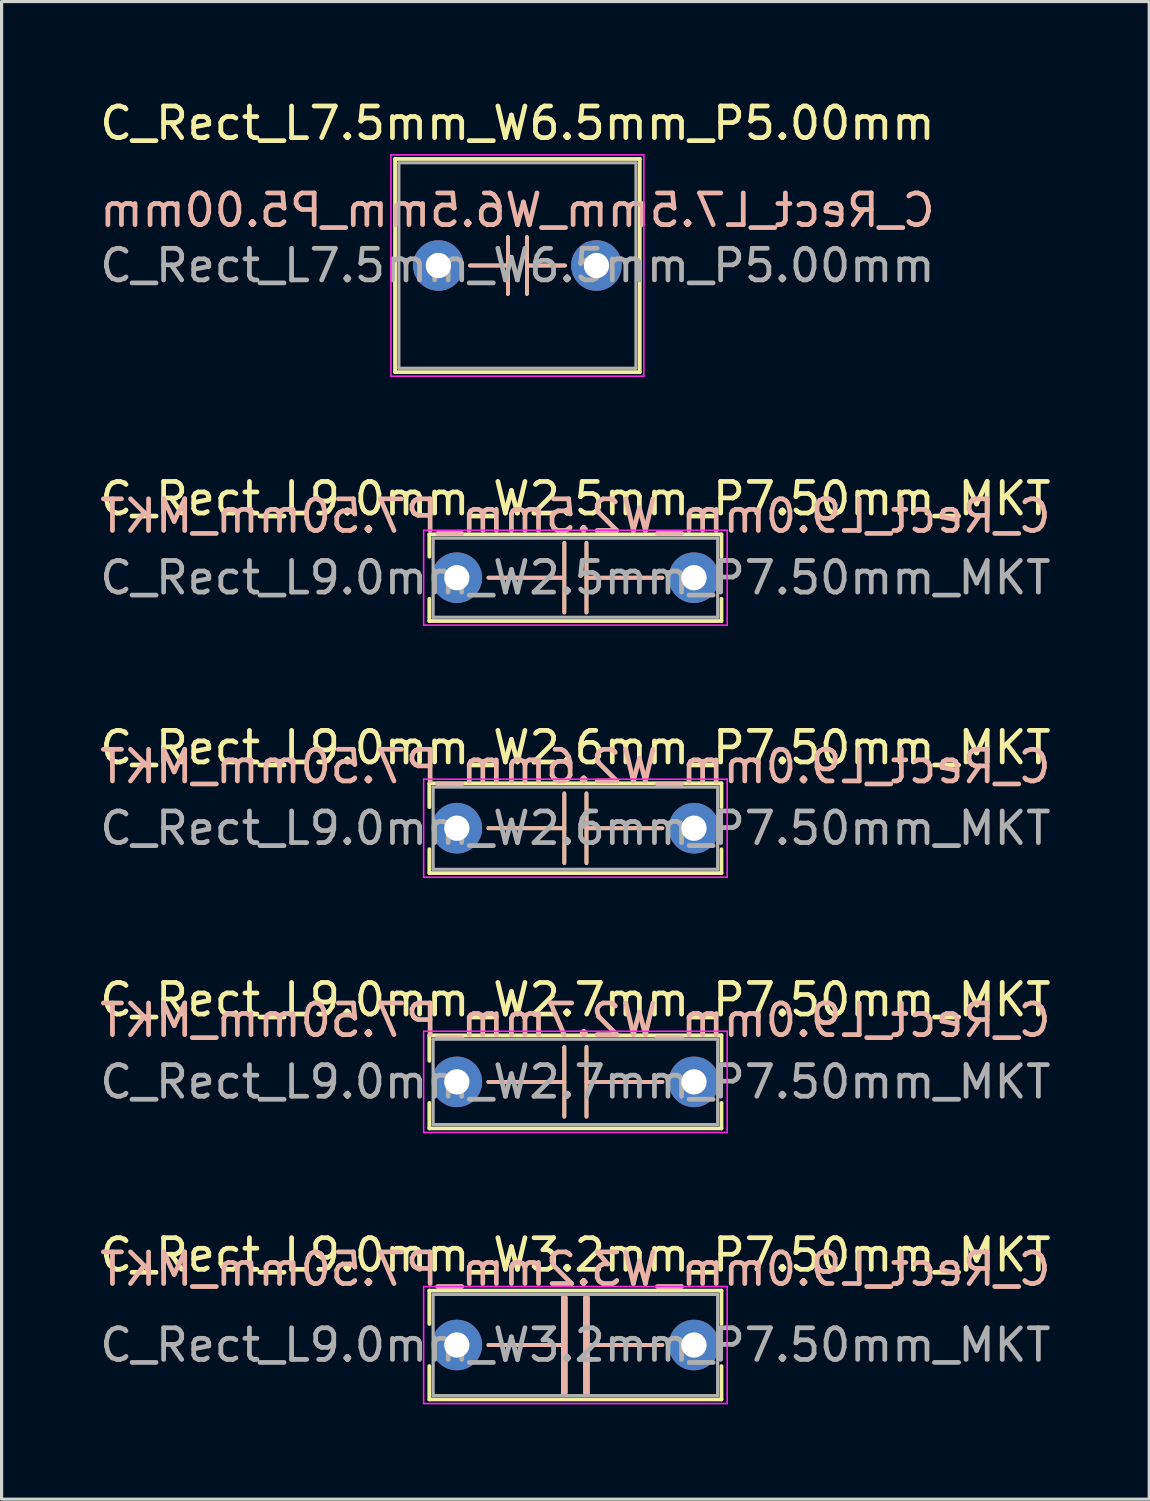
<source format=kicad_pcb>
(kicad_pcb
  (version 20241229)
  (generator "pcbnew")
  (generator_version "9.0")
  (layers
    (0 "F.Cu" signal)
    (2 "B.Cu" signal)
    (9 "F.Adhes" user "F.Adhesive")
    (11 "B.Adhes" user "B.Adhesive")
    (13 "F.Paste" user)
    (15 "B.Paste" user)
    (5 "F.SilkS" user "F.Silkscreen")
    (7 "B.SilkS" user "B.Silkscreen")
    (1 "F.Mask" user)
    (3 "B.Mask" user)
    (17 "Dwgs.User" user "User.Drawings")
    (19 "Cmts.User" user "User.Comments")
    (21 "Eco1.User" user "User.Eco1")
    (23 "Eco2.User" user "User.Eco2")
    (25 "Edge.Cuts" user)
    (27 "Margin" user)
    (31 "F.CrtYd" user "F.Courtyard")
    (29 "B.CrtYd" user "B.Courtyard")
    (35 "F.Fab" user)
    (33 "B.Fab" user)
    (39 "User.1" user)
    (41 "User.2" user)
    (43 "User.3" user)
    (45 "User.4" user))
  (footprint "C_Rect_L7.5mm_W6.5mm_P5.00mm"
    (layer "F.Cu")
    (at 10.815 5.348)
    (property "Reference" "C_Rect_L7.5mm_W6.5mm_P5.00mm" (at 2.5 -4.5 0) (layer "F.SilkS") (effects (font (size 1 1) (thickness 0.15))))
    (fp_line (start -1.37 -3.37) (end -1.37 3.37) (stroke (width 0.12) (type solid)) (layer "F.SilkS"))
    (fp_line (start -1.37 -3.37) (end 6.37 -3.37) (stroke (width 0.12) (type solid)) (layer "F.SilkS"))
    (fp_line (start -1.37 3.37) (end 6.37 3.37) (stroke (width 0.12) (type solid)) (layer "F.SilkS"))
    (fp_line (start 1 0) (end 2.2 0) (stroke (width 0.12) (type solid)) (layer "F.SilkS"))
    (fp_line (start 2.2 -0.9) (end 2.2 0.9) (stroke (width 0.12) (type solid)) (layer "F.SilkS"))
    (fp_line (start 2.8 -0.9) (end 2.8 0.9) (stroke (width 0.12) (type solid)) (layer "F.SilkS"))
    (fp_line (start 4 0) (end 2.8 0) (stroke (width 0.12) (type solid)) (layer "F.SilkS"))
    (fp_line (start 6.37 -3.37) (end 6.37 3.37) (stroke (width 0.12) (type solid)) (layer "F.SilkS"))
    (fp_line (start 1 0) (end 2.2 0) (stroke (width 0.12) (type solid)) (layer "B.SilkS"))
    (fp_line (start 2.2 0.9) (end 2.2 -0.9) (stroke (width 0.12) (type solid)) (layer "B.SilkS"))
    (fp_line (start 2.8 0.9) (end 2.8 -0.9) (stroke (width 0.12) (type solid)) (layer "B.SilkS"))
    (fp_line (start 4 0) (end 2.8 0) (stroke (width 0.12) (type solid)) (layer "B.SilkS"))
    (fp_line (start -1.5 -3.5) (end -1.5 3.5) (stroke (width 0.05) (type solid)) (layer "F.CrtYd"))
    (fp_line (start -1.5 3.5) (end 6.5 3.5) (stroke (width 0.05) (type solid)) (layer "F.CrtYd"))
    (fp_line (start 6.5 -3.5) (end -1.5 -3.5) (stroke (width 0.05) (type solid)) (layer "F.CrtYd"))
    (fp_line (start 6.5 3.5) (end 6.5 -3.5) (stroke (width 0.05) (type solid)) (layer "F.CrtYd"))
    (fp_line (start -1.25 -3.25) (end -1.25 3.25) (stroke (width 0.1) (type solid)) (layer "F.Fab"))
    (fp_line (start -1.25 3.25) (end 6.25 3.25) (stroke (width 0.1) (type solid)) (layer "F.Fab"))
    (fp_line (start 6.25 -3.25) (end -1.25 -3.25) (stroke (width 0.1) (type solid)) (layer "F.Fab"))
    (fp_line (start 6.25 3.25) (end 6.25 -3.25) (stroke (width 0.1) (type solid)) (layer "F.Fab"))
    (fp_text user "${REFERENCE}" (at 2.5 -1.75 0) (layer "B.SilkS") (effects (font (size 1 1) (thickness 0.15)) (justify mirror)))
    (fp_text user "${REFERENCE}" (at 2.5 0 0) (layer "F.Fab") (effects (font (size 1 1) (thickness 0.15))))
    (pad "1" thru_hole circle (at 0 0) (size 1.6 1.6) (drill 0.8) (layers "*.Cu" "*.Mask"))
    (pad "2" thru_hole circle (at 5 0) (size 1.6 1.6) (drill 0.8) (layers "*.Cu" "*.Mask")))
  (footprint "C_Rect_L9.0mm_W2.7mm_P7.50mm_MKT"
    (layer "F.Cu")
    (at 11.399 31.168)
    (property "Reference" "C_Rect_L9.0mm_W2.7mm_P7.50mm_MKT" (at 3.75 -2.6 0) (layer "F.SilkS") (effects (font (size 1 1) (thickness 0.15))))
    (fp_line (start -0.87 -1.471) (end -0.87 -0.665) (stroke (width 0.12) (type solid)) (layer "F.SilkS"))
    (fp_line (start -0.87 -1.471) (end 8.37 -1.471) (stroke (width 0.12) (type solid)) (layer "F.SilkS"))
    (fp_line (start -0.87 0.665) (end -0.87 1.471) (stroke (width 0.12) (type solid)) (layer "F.SilkS"))
    (fp_line (start -0.87 1.471) (end 8.37 1.471) (stroke (width 0.12) (type solid)) (layer "F.SilkS"))
    (fp_line (start 1 0) (end 3.4 0) (stroke (width 0.12) (type solid)) (layer "F.SilkS"))
    (fp_line (start 3.4 -1.1) (end 3.4 1.1) (stroke (width 0.12) (type solid)) (layer "F.SilkS"))
    (fp_line (start 4.1 -1.1) (end 4.1 1.1) (stroke (width 0.12) (type solid)) (layer "F.SilkS"))
    (fp_line (start 4.1 0) (end 6.5 0) (stroke (width 0.12) (type solid)) (layer "F.SilkS"))
    (fp_line (start 8.37 -1.471) (end 8.37 -0.665) (stroke (width 0.12) (type solid)) (layer "F.SilkS"))
    (fp_line (start 8.37 0.665) (end 8.37 1.471) (stroke (width 0.12) (type solid)) (layer "F.SilkS"))
    (fp_line (start 1 0) (end 3.4 0) (stroke (width 0.12) (type solid)) (layer "B.SilkS"))
    (fp_line (start 3.4 1.1) (end 3.4 -1.1) (stroke (width 0.12) (type solid)) (layer "B.SilkS"))
    (fp_line (start 4.1 0) (end 6.5 0) (stroke (width 0.12) (type solid)) (layer "B.SilkS"))
    (fp_line (start 4.1 1.1) (end 4.1 -1.1) (stroke (width 0.12) (type solid)) (layer "B.SilkS"))
    (fp_line (start -1.05 -1.6) (end -1.05 1.6) (stroke (width 0.05) (type solid)) (layer "F.CrtYd"))
    (fp_line (start -1.05 1.6) (end 8.55 1.6) (stroke (width 0.05) (type solid)) (layer "F.CrtYd"))
    (fp_line (start 8.55 -1.6) (end -1.05 -1.6) (stroke (width 0.05) (type solid)) (layer "F.CrtYd"))
    (fp_line (start 8.55 1.6) (end 8.55 -1.6) (stroke (width 0.05) (type solid)) (layer "F.CrtYd"))
    (fp_line (start -0.75 -1.35) (end -0.75 1.35) (stroke (width 0.1) (type solid)) (layer "F.Fab"))
    (fp_line (start -0.75 1.35) (end 8.25 1.35) (stroke (width 0.1) (type solid)) (layer "F.Fab"))
    (fp_line (start 8.25 -1.35) (end -0.75 -1.35) (stroke (width 0.1) (type solid)) (layer "F.Fab"))
    (fp_line (start 8.25 1.35) (end 8.25 -1.35) (stroke (width 0.1) (type solid)) (layer "F.Fab"))
    (fp_text user "${REFERENCE}" (at 3.75 -1.95 0) (layer "B.SilkS") (effects (font (size 1 1) (thickness 0.15)) (justify mirror)))
    (fp_text user "${REFERENCE}" (at 3.75 0 0) (layer "F.Fab") (effects (font (size 1 1) (thickness 0.15))))
    (pad "1" thru_hole circle (at 0 0) (size 1.6 1.6) (drill 0.8) (layers "*.Cu" "*.Mask"))
    (pad "2" thru_hole circle (at 7.5 0) (size 1.6 1.6) (drill 0.8) (layers "*.Cu" "*.Mask")))
  (footprint "C_Rect_L9.0mm_W2.5mm_P7.50mm_MKT"
    (layer "F.Cu")
    (at 11.399 15.222)
    (property "Reference" "C_Rect_L9.0mm_W2.5mm_P7.50mm_MKT" (at 3.75 -2.5 0) (layer "F.SilkS") (effects (font (size 1 1) (thickness 0.15))))
    (fp_line (start -0.87 -1.37) (end -0.87 -0.665) (stroke (width 0.12) (type solid)) (layer "F.SilkS"))
    (fp_line (start -0.87 -1.37) (end 8.37 -1.37) (stroke (width 0.12) (type solid)) (layer "F.SilkS"))
    (fp_line (start -0.87 0.665) (end -0.87 1.37) (stroke (width 0.12) (type solid)) (layer "F.SilkS"))
    (fp_line (start -0.87 1.37) (end 8.37 1.37) (stroke (width 0.12) (type solid)) (layer "F.SilkS"))
    (fp_line (start 1 0) (end 3.4 0) (stroke (width 0.12) (type solid)) (layer "F.SilkS"))
    (fp_line (start 3.4 -1.1) (end 3.4 1.1) (stroke (width 0.12) (type solid)) (layer "F.SilkS"))
    (fp_line (start 4.1 -1.1) (end 4.1 1.1) (stroke (width 0.12) (type solid)) (layer "F.SilkS"))
    (fp_line (start 4.1 0) (end 6.5 0) (stroke (width 0.12) (type solid)) (layer "F.SilkS"))
    (fp_line (start 8.37 -1.37) (end 8.37 -0.665) (stroke (width 0.12) (type solid)) (layer "F.SilkS"))
    (fp_line (start 8.37 0.665) (end 8.37 1.37) (stroke (width 0.12) (type solid)) (layer "F.SilkS"))
    (fp_line (start 1 0) (end 3.4 0) (stroke (width 0.12) (type solid)) (layer "B.SilkS"))
    (fp_line (start 3.4 1.1) (end 3.4 -1.1) (stroke (width 0.12) (type solid)) (layer "B.SilkS"))
    (fp_line (start 4.1 0) (end 6.5 0) (stroke (width 0.12) (type solid)) (layer "B.SilkS"))
    (fp_line (start 4.1 1.1) (end 4.1 -1.1) (stroke (width 0.12) (type solid)) (layer "B.SilkS"))
    (fp_line (start -1.05 -1.5) (end -1.05 1.5) (stroke (width 0.05) (type solid)) (layer "F.CrtYd"))
    (fp_line (start -1.05 1.5) (end 8.55 1.5) (stroke (width 0.05) (type solid)) (layer "F.CrtYd"))
    (fp_line (start 8.55 -1.5) (end -1.05 -1.5) (stroke (width 0.05) (type solid)) (layer "F.CrtYd"))
    (fp_line (start 8.55 1.5) (end 8.55 -1.5) (stroke (width 0.05) (type solid)) (layer "F.CrtYd"))
    (fp_line (start -0.75 -1.25) (end -0.75 1.25) (stroke (width 0.1) (type solid)) (layer "F.Fab"))
    (fp_line (start -0.75 1.25) (end 8.25 1.25) (stroke (width 0.1) (type solid)) (layer "F.Fab"))
    (fp_line (start 8.25 -1.25) (end -0.75 -1.25) (stroke (width 0.1) (type solid)) (layer "F.Fab"))
    (fp_line (start 8.25 1.25) (end 8.25 -1.25) (stroke (width 0.1) (type solid)) (layer "F.Fab"))
    (fp_text user "${REFERENCE}" (at 3.75 -1.95 0) (layer "B.SilkS") (effects (font (size 1 1) (thickness 0.15)) (justify mirror)))
    (fp_text user "${REFERENCE}" (at 3.75 0 0) (layer "F.Fab") (effects (font (size 1 1) (thickness 0.15))))
    (pad "1" thru_hole circle (at 0 0) (size 1.6 1.6) (drill 0.8) (layers "*.Cu" "*.Mask"))
    (pad "2" thru_hole circle (at 7.5 0) (size 1.6 1.6) (drill 0.8) (layers "*.Cu" "*.Mask")))
  (footprint "C_Rect_L9.0mm_W3.2mm_P7.50mm_MKT"
    (layer "F.Cu")
    (at 11.399 39.491)
    (property "Reference" "C_Rect_L9.0mm_W3.2mm_P7.50mm_MKT" (at 3.75 -2.85 0) (layer "F.SilkS") (effects (font (size 1 1) (thickness 0.15))))
    (fp_line (start -0.87 -1.721) (end -0.87 -0.665) (stroke (width 0.12) (type solid)) (layer "F.SilkS"))
    (fp_line (start -0.87 -1.721) (end 8.37 -1.721) (stroke (width 0.12) (type solid)) (layer "F.SilkS"))
    (fp_line (start -0.87 0.665) (end -0.87 1.721) (stroke (width 0.12) (type solid)) (layer "F.SilkS"))
    (fp_line (start -0.87 1.721) (end 8.37 1.721) (stroke (width 0.12) (type solid)) (layer "F.SilkS"))
    (fp_line (start 1 0) (end 3.4 0) (stroke (width 0.12) (type solid)) (layer "F.SilkS"))
    (fp_line (start 3.4 -1.5) (end 3.4 1.5) (stroke (width 0.2) (type solid)) (layer "F.SilkS"))
    (fp_line (start 4.1 -1.5) (end 4.1 1.5) (stroke (width 0.2) (type solid)) (layer "F.SilkS"))
    (fp_line (start 4.1 0) (end 6.5 0) (stroke (width 0.12) (type solid)) (layer "F.SilkS"))
    (fp_line (start 8.37 -1.721) (end 8.37 -0.665) (stroke (width 0.12) (type solid)) (layer "F.SilkS"))
    (fp_line (start 8.37 0.665) (end 8.37 1.721) (stroke (width 0.12) (type solid)) (layer "F.SilkS"))
    (fp_line (start 1 0) (end 3.4 0) (stroke (width 0.12) (type solid)) (layer "B.SilkS"))
    (fp_line (start 3.4 1.5) (end 3.4 -1.5) (stroke (width 0.2) (type solid)) (layer "B.SilkS"))
    (fp_line (start 4.1 0) (end 6.5 0) (stroke (width 0.12) (type solid)) (layer "B.SilkS"))
    (fp_line (start 4.1 1.5) (end 4.1 -1.5) (stroke (width 0.2) (type solid)) (layer "B.SilkS"))
    (fp_line (start -1.05 -1.85) (end -1.05 1.85) (stroke (width 0.05) (type solid)) (layer "F.CrtYd"))
    (fp_line (start -1.05 1.85) (end 8.55 1.85) (stroke (width 0.05) (type solid)) (layer "F.CrtYd"))
    (fp_line (start 8.55 -1.85) (end -1.05 -1.85) (stroke (width 0.05) (type solid)) (layer "F.CrtYd"))
    (fp_line (start 8.55 1.85) (end 8.55 -1.85) (stroke (width 0.05) (type solid)) (layer "F.CrtYd"))
    (fp_line (start -0.75 -1.6) (end -0.75 1.6) (stroke (width 0.1) (type solid)) (layer "F.Fab"))
    (fp_line (start -0.75 1.6) (end 8.25 1.6) (stroke (width 0.1) (type solid)) (layer "F.Fab"))
    (fp_line (start 8.25 -1.6) (end -0.75 -1.6) (stroke (width 0.1) (type solid)) (layer "F.Fab"))
    (fp_line (start 8.25 1.6) (end 8.25 -1.6) (stroke (width 0.1) (type solid)) (layer "F.Fab"))
    (fp_text user "${REFERENCE}" (at 3.75 -2.4 0) (layer "B.SilkS") (effects (font (size 1 1) (thickness 0.15)) (justify mirror)))
    (fp_text user "${REFERENCE}" (at 3.75 0 0) (layer "F.Fab") (effects (font (size 1 1) (thickness 0.15))))
    (pad "1" thru_hole circle (at 0 0) (size 1.6 1.6) (drill 0.8) (layers "*.Cu" "*.Mask"))
    (pad "2" thru_hole circle (at 7.5 0) (size 1.6 1.6) (drill 0.8) (layers "*.Cu" "*.Mask")))
  (footprint "C_Rect_L9.0mm_W2.6mm_P7.50mm_MKT"
    (layer "F.Cu")
    (at 11.399 23.145)
    (property "Reference" "C_Rect_L9.0mm_W2.6mm_P7.50mm_MKT" (at 3.75 -2.55 0) (layer "F.SilkS") (effects (font (size 1 1) (thickness 0.15))))
    (fp_line (start -0.87 -1.42) (end -0.87 -0.665) (stroke (width 0.12) (type solid)) (layer "F.SilkS"))
    (fp_line (start -0.87 -1.42) (end 8.37 -1.42) (stroke (width 0.12) (type solid)) (layer "F.SilkS"))
    (fp_line (start -0.87 0.665) (end -0.87 1.42) (stroke (width 0.12) (type solid)) (layer "F.SilkS"))
    (fp_line (start -0.87 1.42) (end 8.37 1.42) (stroke (width 0.12) (type solid)) (layer "F.SilkS"))
    (fp_line (start 1 0) (end 3.4 0) (stroke (width 0.12) (type solid)) (layer "F.SilkS"))
    (fp_line (start 3.4 -1.1) (end 3.4 1.1) (stroke (width 0.12) (type solid)) (layer "F.SilkS"))
    (fp_line (start 4.1 -1.1) (end 4.1 1.1) (stroke (width 0.12) (type solid)) (layer "F.SilkS"))
    (fp_line (start 4.1 0) (end 6.5 0) (stroke (width 0.12) (type solid)) (layer "F.SilkS"))
    (fp_line (start 8.37 -1.42) (end 8.37 -0.665) (stroke (width 0.12) (type solid)) (layer "F.SilkS"))
    (fp_line (start 8.37 0.665) (end 8.37 1.42) (stroke (width 0.12) (type solid)) (layer "F.SilkS"))
    (fp_line (start 1 0) (end 3.4 0) (stroke (width 0.12) (type solid)) (layer "B.SilkS"))
    (fp_line (start 3.4 1.1) (end 3.4 -1.1) (stroke (width 0.12) (type solid)) (layer "B.SilkS"))
    (fp_line (start 4.1 0) (end 6.5 0) (stroke (width 0.12) (type solid)) (layer "B.SilkS"))
    (fp_line (start 4.1 1.1) (end 4.1 -1.1) (stroke (width 0.12) (type solid)) (layer "B.SilkS"))
    (fp_line (start -1.05 -1.55) (end -1.05 1.55) (stroke (width 0.05) (type solid)) (layer "F.CrtYd"))
    (fp_line (start -1.05 1.55) (end 8.55 1.55) (stroke (width 0.05) (type solid)) (layer "F.CrtYd"))
    (fp_line (start 8.55 -1.55) (end -1.05 -1.55) (stroke (width 0.05) (type solid)) (layer "F.CrtYd"))
    (fp_line (start 8.55 1.55) (end 8.55 -1.55) (stroke (width 0.05) (type solid)) (layer "F.CrtYd"))
    (fp_line (start -0.75 -1.3) (end -0.75 1.3) (stroke (width 0.1) (type solid)) (layer "F.Fab"))
    (fp_line (start -0.75 1.3) (end 8.25 1.3) (stroke (width 0.1) (type solid)) (layer "F.Fab"))
    (fp_line (start 8.25 -1.3) (end -0.75 -1.3) (stroke (width 0.1) (type solid)) (layer "F.Fab"))
    (fp_line (start 8.25 1.3) (end 8.25 -1.3) (stroke (width 0.1) (type solid)) (layer "F.Fab"))
    (fp_text user "${REFERENCE}" (at 3.75 -1.95 0) (layer "B.SilkS") (effects (font (size 1 1) (thickness 0.15)) (justify mirror)))
    (fp_text user "${REFERENCE}" (at 3.75 0 0) (layer "F.Fab") (effects (font (size 1 1) (thickness 0.15))))
    (pad "1" thru_hole circle (at 0 0) (size 1.6 1.6) (drill 0.8) (layers "*.Cu" "*.Mask"))
    (pad "2" thru_hole circle (at 7.5 0) (size 1.6 1.6) (drill 0.8) (layers "*.Cu" "*.Mask")))
  (gr_rect
    (start -3 -3)
    (end 33.298 44.366)
    (stroke (width 0.1) (type default))
    (fill no)
    (layer "Edge.Cuts")))
</source>
